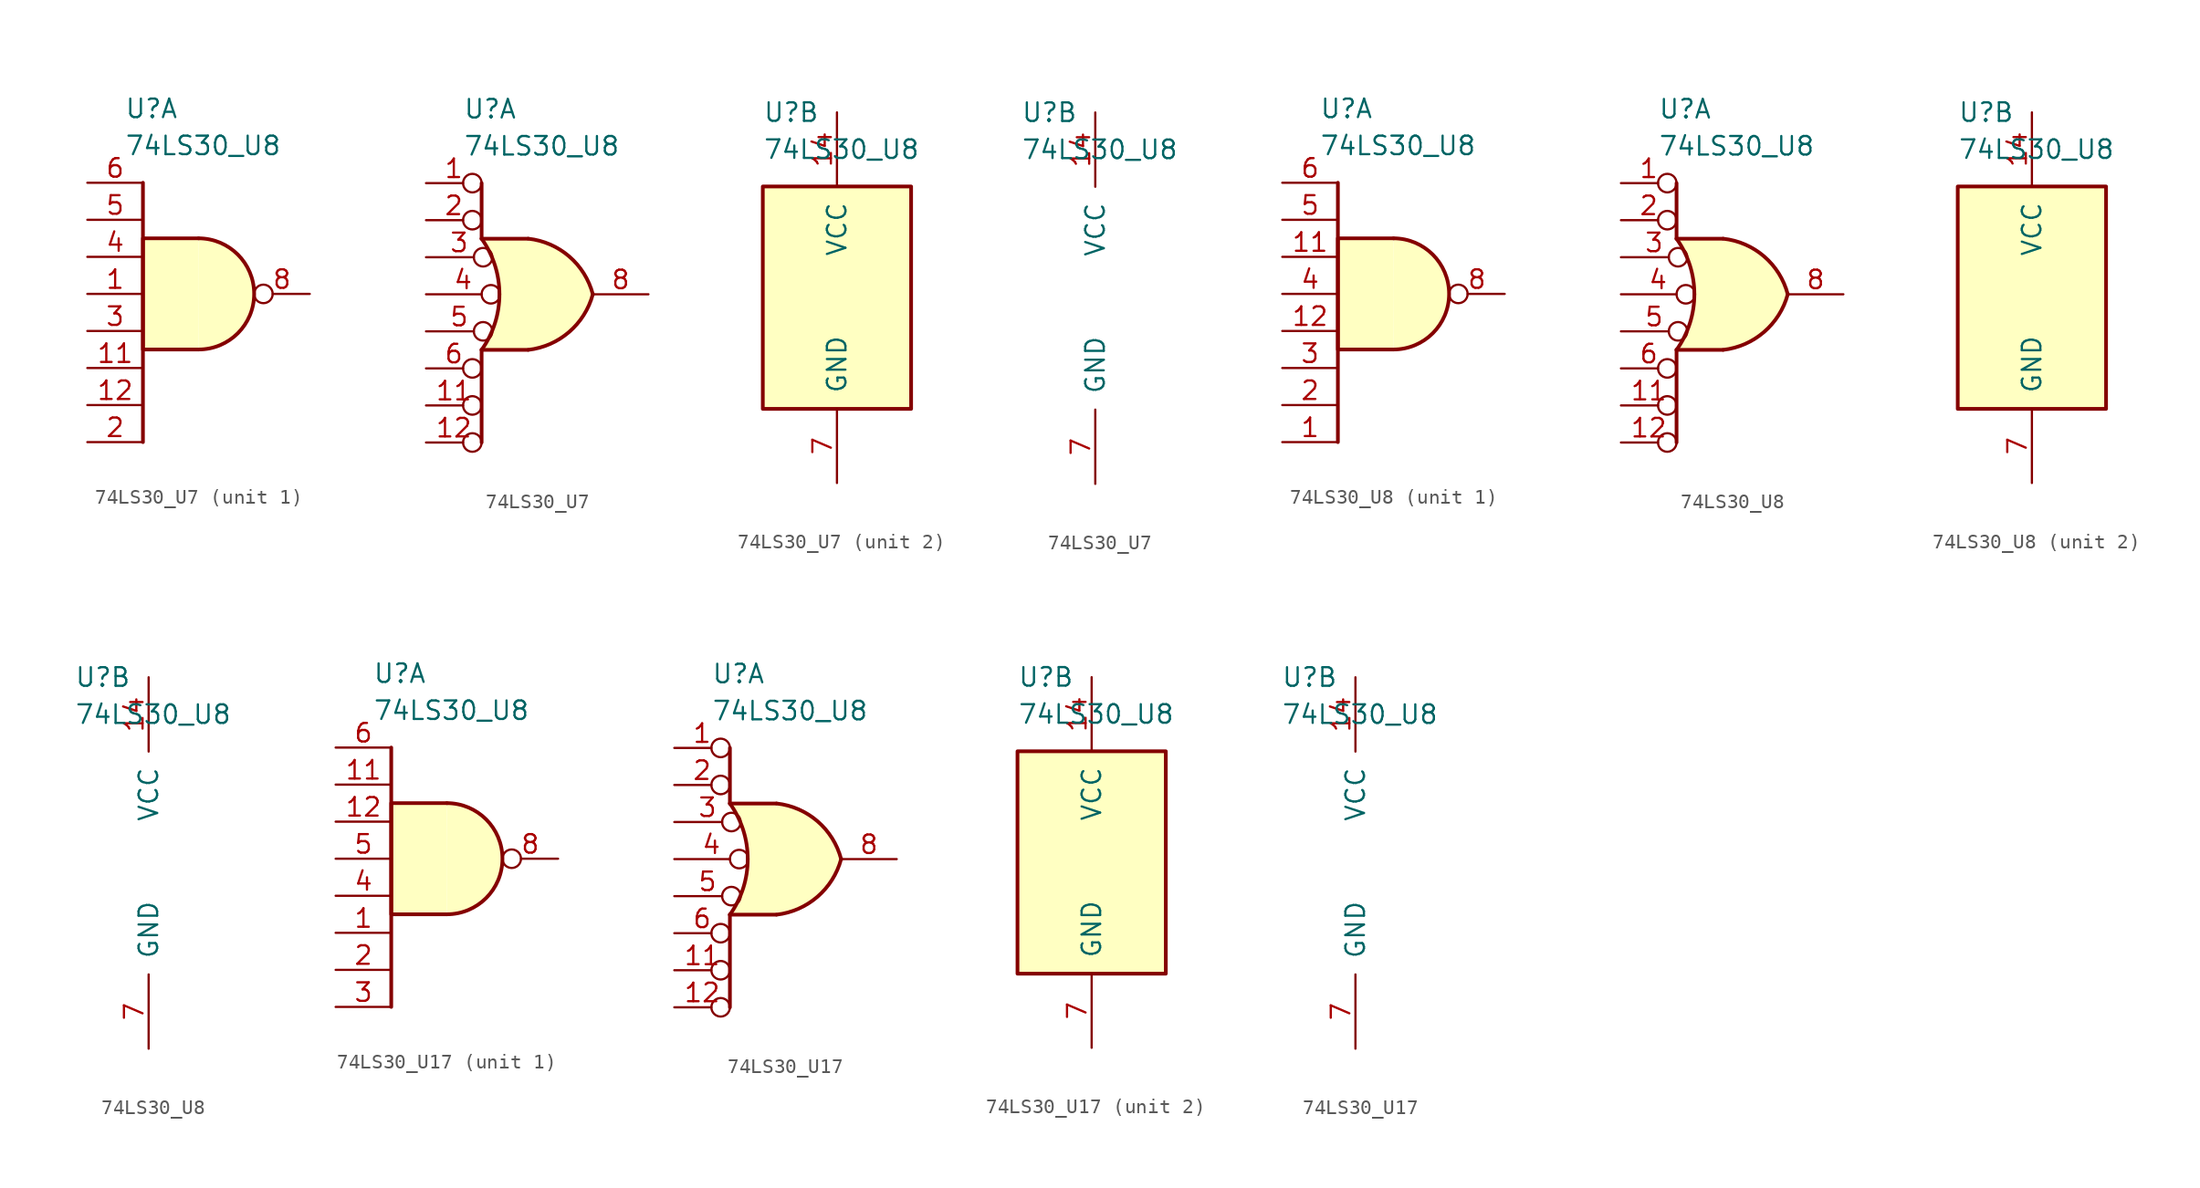
<source format=kicad_sym>
(kicad_symbol_lib
  (version 20220914)
  (generator kicad_symbol_editor)
  (symbol "74LS30_U7"
    (pin_names
      (offset 1.016))
    (property "Reference" "U"
      (at -5.08 12.7 0)
      (effects (font (size 1.27 1.27)) (justify left)))
    (property "Value" "74LS30_U8"
      (at -5.08 10.16 0)
      (effects (font (size 1.27 1.27)) (justify left)))
    (property "ki_locked" ""
      (at 0 0 0)
      (effects (font (size 1.27 1.27))))
    (symbol "74LS30_U7_1_1"
      (arc (start 0 -3.81) (mid 3.7934 0) (end 0 3.81) (stroke (width 0.254) (type default)) (fill (type background)))
      (polyline (pts (xy -3.81 7.62) (xy -3.81 -10.16)) (stroke (width 0.254) (type default)) (fill (type none)))
      (polyline (pts (xy 0 3.81) (xy -3.81 3.81) (xy -3.81 -3.81) (xy 0 -3.81)) (stroke (width 0.254) (type default)) (fill (type background)))
      (pin input line (at -7.62 0 0) (length 3.81) (name "~" (effects (font (size 1.27 1.27)))) (number "1" (effects (font (size 1.27 1.27)))))
      (pin input line (at -7.62 -5.08 0) (length 3.81) (name "~" (effects (font (size 1.27 1.27)))) (number "11" (effects (font (size 1.27 1.27)))))
      (pin input line (at -7.62 -7.62 0) (length 3.81) (name "~" (effects (font (size 1.27 1.27)))) (number "12" (effects (font (size 1.27 1.27)))))
      (pin input line (at -7.62 -10.16 0) (length 3.81) (name "~" (effects (font (size 1.27 1.27)))) (number "2" (effects (font (size 1.27 1.27)))))
      (pin input line (at -7.62 -2.54 0) (length 3.81) (name "~" (effects (font (size 1.27 1.27)))) (number "3" (effects (font (size 1.27 1.27)))))
      (pin input line (at -7.62 2.54 0) (length 3.81) (name "~" (effects (font (size 1.27 1.27)))) (number "4" (effects (font (size 1.27 1.27)))))
      (pin input line (at -7.62 5.08 0) (length 3.81) (name "~" (effects (font (size 1.27 1.27)))) (number "5" (effects (font (size 1.27 1.27)))))
      (pin input line (at -7.62 7.62 0) (length 3.81) (name "~" (effects (font (size 1.27 1.27)))) (number "6" (effects (font (size 1.27 1.27)))))
      (pin output inverted (at 7.62 0 180) (length 3.81) (name "~" (effects (font (size 1.27 1.27)))) (number "8" (effects (font (size 1.27 1.27))))))
    (symbol "74LS30_U7_1_2"
      (arc (start -3.81 -3.81) (mid -2.589 0) (end -3.81 3.81) (stroke (width 0.254) (type default)) (fill (type none)))
      (arc (start -0.6096 -3.81) (mid 2.1842 -2.5851) (end 3.81 0) (stroke (width 0.254) (type default)) (fill (type background)))
      (polyline (pts (xy -3.81 -3.81) (xy -3.81 -10.16)) (stroke (width 0.254) (type default)) (fill (type none)))
      (polyline (pts (xy -3.81 -3.81) (xy -0.635 -3.81)) (stroke (width 0.254) (type default)) (fill (type background)))
      (polyline (pts (xy -3.81 3.81) (xy -0.635 3.81)) (stroke (width 0.254) (type default)) (fill (type background)))
      (polyline (pts (xy -3.81 7.62) (xy -3.81 3.81)) (stroke (width 0.254) (type default)) (fill (type none)))
      (polyline (pts (xy -0.635 3.81) (xy -3.81 3.81) (xy -3.81 3.81) (xy -3.556 3.404) (xy -3.023 2.261) (xy -2.692 1.041) (xy -2.616 -0.254) (xy -2.769 -1.499) (xy -3.175 -2.718) (xy -3.81 -3.81) (xy -3.81 -3.81) (xy -0.635 -3.81)) (stroke (width -25.4) (type default)) (fill (type background)))
      (arc (start 3.81 0) (mid 2.1915 2.5936) (end -0.6096 3.81) (stroke (width 0.254) (type default)) (fill (type background)))
      (pin input inverted (at -7.62 7.62 0) (length 3.81) (name "~" (effects (font (size 1.27 1.27)))) (number "1" (effects (font (size 1.27 1.27)))))
      (pin input inverted (at -7.62 -7.62 0) (length 3.81) (name "~" (effects (font (size 1.27 1.27)))) (number "11" (effects (font (size 1.27 1.27)))))
      (pin input inverted (at -7.62 -10.16 0) (length 3.81) (name "~" (effects (font (size 1.27 1.27)))) (number "12" (effects (font (size 1.27 1.27)))))
      (pin input inverted (at -7.62 5.08 0) (length 3.81) (name "~" (effects (font (size 1.27 1.27)))) (number "2" (effects (font (size 1.27 1.27)))))
      (pin input inverted (at -7.62 2.54 0) (length 4.547) (name "~" (effects (font (size 1.27 1.27)))) (number "3" (effects (font (size 1.27 1.27)))))
      (pin input inverted (at -7.62 0 0) (length 5.08) (name "~" (effects (font (size 1.27 1.27)))) (number "4" (effects (font (size 1.27 1.27)))))
      (pin input inverted (at -7.62 -2.54 0) (length 4.547) (name "~" (effects (font (size 1.27 1.27)))) (number "5" (effects (font (size 1.27 1.27)))))
      (pin input inverted (at -7.62 -5.08 0) (length 3.81) (name "~" (effects (font (size 1.27 1.27)))) (number "6" (effects (font (size 1.27 1.27)))))
      (pin output line (at 7.62 0 180) (length 3.81) (name "~" (effects (font (size 1.27 1.27)))) (number "8" (effects (font (size 1.27 1.27))))))
    (symbol "74LS30_U7_2_0"
      (pin power_in line (at 0 12.7 270) (length 5.08) (name "VCC" (effects (font (size 1.27 1.27)))) (number "14" (effects (font (size 1.27 1.27)))))
      (pin power_in line (at 0 -12.7 90) (length 5.08) (name "GND" (effects (font (size 1.27 1.27)))) (number "7" (effects (font (size 1.27 1.27))))))
    (symbol "74LS30_U7_2_1"
      (rectangle (start -5.08 7.62) (end 5.08 -7.62) (stroke (width 0.254) (type default)) (fill (type background)))))
  (symbol "74LS30_U8"
    (pin_names
      (offset 1.016))
    (property "Reference" "U"
      (at -5.08 12.7 0)
      (effects (font (size 1.27 1.27)) (justify left)))
    (property "Value" "74LS30_U8"
      (at -5.08 10.16 0)
      (effects (font (size 1.27 1.27)) (justify left)))
    (property "ki_locked" ""
      (at 0 0 0)
      (effects (font (size 1.27 1.27))))
    (symbol "74LS30_U8_1_1"
      (arc (start 0 -3.81) (mid 3.7934 0) (end 0 3.81) (stroke (width 0.254) (type default)) (fill (type background)))
      (polyline (pts (xy -3.81 7.62) (xy -3.81 -10.16)) (stroke (width 0.254) (type default)) (fill (type none)))
      (polyline (pts (xy 0 3.81) (xy -3.81 3.81) (xy -3.81 -3.81) (xy 0 -3.81)) (stroke (width 0.254) (type default)) (fill (type background)))
      (pin input line (at -7.62 -10.16 0) (length 3.81) (name "~" (effects (font (size 1.27 1.27)))) (number "1" (effects (font (size 1.27 1.27)))))
      (pin input line (at -7.62 2.54 0) (length 3.81) (name "~" (effects (font (size 1.27 1.27)))) (number "11" (effects (font (size 1.27 1.27)))))
      (pin input line (at -7.62 -2.54 0) (length 3.81) (name "~" (effects (font (size 1.27 1.27)))) (number "12" (effects (font (size 1.27 1.27)))))
      (pin input line (at -7.62 -7.62 0) (length 3.81) (name "~" (effects (font (size 1.27 1.27)))) (number "2" (effects (font (size 1.27 1.27)))))
      (pin input line (at -7.62 -5.08 0) (length 3.81) (name "~" (effects (font (size 1.27 1.27)))) (number "3" (effects (font (size 1.27 1.27)))))
      (pin input line (at -7.62 0 0) (length 3.81) (name "~" (effects (font (size 1.27 1.27)))) (number "4" (effects (font (size 1.27 1.27)))))
      (pin input line (at -7.62 5.08 0) (length 3.81) (name "~" (effects (font (size 1.27 1.27)))) (number "5" (effects (font (size 1.27 1.27)))))
      (pin input line (at -7.62 7.62 0) (length 3.81) (name "~" (effects (font (size 1.27 1.27)))) (number "6" (effects (font (size 1.27 1.27)))))
      (pin output inverted (at 7.62 0 180) (length 3.81) (name "~" (effects (font (size 1.27 1.27)))) (number "8" (effects (font (size 1.27 1.27))))))
    (symbol "74LS30_U8_1_2"
      (arc (start -3.81 -3.81) (mid -2.589 0) (end -3.81 3.81) (stroke (width 0.254) (type default)) (fill (type none)))
      (arc (start -0.6096 -3.81) (mid 2.1842 -2.5851) (end 3.81 0) (stroke (width 0.254) (type default)) (fill (type background)))
      (polyline (pts (xy -3.81 -3.81) (xy -3.81 -10.16)) (stroke (width 0.254) (type default)) (fill (type none)))
      (polyline (pts (xy -3.81 -3.81) (xy -0.635 -3.81)) (stroke (width 0.254) (type default)) (fill (type background)))
      (polyline (pts (xy -3.81 3.81) (xy -0.635 3.81)) (stroke (width 0.254) (type default)) (fill (type background)))
      (polyline (pts (xy -3.81 7.62) (xy -3.81 3.81)) (stroke (width 0.254) (type default)) (fill (type none)))
      (polyline (pts (xy -0.635 3.81) (xy -3.81 3.81) (xy -3.81 3.81) (xy -3.556 3.404) (xy -3.023 2.261) (xy -2.692 1.041) (xy -2.616 -0.254) (xy -2.769 -1.499) (xy -3.175 -2.718) (xy -3.81 -3.81) (xy -3.81 -3.81) (xy -0.635 -3.81)) (stroke (width -25.4) (type default)) (fill (type background)))
      (arc (start 3.81 0) (mid 2.1915 2.5936) (end -0.6096 3.81) (stroke (width 0.254) (type default)) (fill (type background)))
      (pin input inverted (at -7.62 7.62 0) (length 3.81) (name "~" (effects (font (size 1.27 1.27)))) (number "1" (effects (font (size 1.27 1.27)))))
      (pin input inverted (at -7.62 -7.62 0) (length 3.81) (name "~" (effects (font (size 1.27 1.27)))) (number "11" (effects (font (size 1.27 1.27)))))
      (pin input inverted (at -7.62 -10.16 0) (length 3.81) (name "~" (effects (font (size 1.27 1.27)))) (number "12" (effects (font (size 1.27 1.27)))))
      (pin input inverted (at -7.62 5.08 0) (length 3.81) (name "~" (effects (font (size 1.27 1.27)))) (number "2" (effects (font (size 1.27 1.27)))))
      (pin input inverted (at -7.62 2.54 0) (length 4.547) (name "~" (effects (font (size 1.27 1.27)))) (number "3" (effects (font (size 1.27 1.27)))))
      (pin input inverted (at -7.62 0 0) (length 5.08) (name "~" (effects (font (size 1.27 1.27)))) (number "4" (effects (font (size 1.27 1.27)))))
      (pin input inverted (at -7.62 -2.54 0) (length 4.547) (name "~" (effects (font (size 1.27 1.27)))) (number "5" (effects (font (size 1.27 1.27)))))
      (pin input inverted (at -7.62 -5.08 0) (length 3.81) (name "~" (effects (font (size 1.27 1.27)))) (number "6" (effects (font (size 1.27 1.27)))))
      (pin output line (at 7.62 0 180) (length 3.81) (name "~" (effects (font (size 1.27 1.27)))) (number "8" (effects (font (size 1.27 1.27))))))
    (symbol "74LS30_U8_2_0"
      (pin power_in line (at 0 12.7 270) (length 5.08) (name "VCC" (effects (font (size 1.27 1.27)))) (number "14" (effects (font (size 1.27 1.27)))))
      (pin power_in line (at 0 -12.7 90) (length 5.08) (name "GND" (effects (font (size 1.27 1.27)))) (number "7" (effects (font (size 1.27 1.27))))))
    (symbol "74LS30_U8_2_1"
      (rectangle (start -5.08 7.62) (end 5.08 -7.62) (stroke (width 0.254) (type default)) (fill (type background)))))
  (symbol "74LS30_U17"
    (pin_names
      (offset 1.016))
    (property "Reference" "U"
      (at -5.08 12.7 0)
      (effects (font (size 1.27 1.27)) (justify left)))
    (property "Value" "74LS30_U8"
      (at -5.08 10.16 0)
      (effects (font (size 1.27 1.27)) (justify left)))
    (property "ki_locked" ""
      (at 0 0 0)
      (effects (font (size 1.27 1.27))))
    (symbol "74LS30_U17_1_1"
      (arc (start 0 -3.81) (mid 3.7934 0) (end 0 3.81) (stroke (width 0.254) (type default)) (fill (type background)))
      (polyline (pts (xy -3.81 7.62) (xy -3.81 -10.16)) (stroke (width 0.254) (type default)) (fill (type none)))
      (polyline (pts (xy 0 3.81) (xy -3.81 3.81) (xy -3.81 -3.81) (xy 0 -3.81)) (stroke (width 0.254) (type default)) (fill (type background)))
      (pin input line (at -7.62 -5.08 0) (length 3.81) (name "~" (effects (font (size 1.27 1.27)))) (number "1" (effects (font (size 1.27 1.27)))))
      (pin input line (at -7.62 5.08 0) (length 3.81) (name "~" (effects (font (size 1.27 1.27)))) (number "11" (effects (font (size 1.27 1.27)))))
      (pin input line (at -7.62 2.54 0) (length 3.81) (name "~" (effects (font (size 1.27 1.27)))) (number "12" (effects (font (size 1.27 1.27)))))
      (pin input line (at -7.62 -7.62 0) (length 3.81) (name "~" (effects (font (size 1.27 1.27)))) (number "2" (effects (font (size 1.27 1.27)))))
      (pin input line (at -7.62 -10.16 0) (length 3.81) (name "~" (effects (font (size 1.27 1.27)))) (number "3" (effects (font (size 1.27 1.27)))))
      (pin input line (at -7.62 -2.54 0) (length 3.81) (name "~" (effects (font (size 1.27 1.27)))) (number "4" (effects (font (size 1.27 1.27)))))
      (pin input line (at -7.62 0 0) (length 3.81) (name "~" (effects (font (size 1.27 1.27)))) (number "5" (effects (font (size 1.27 1.27)))))
      (pin input line (at -7.62 7.62 0) (length 3.81) (name "~" (effects (font (size 1.27 1.27)))) (number "6" (effects (font (size 1.27 1.27)))))
      (pin output inverted (at 7.62 0 180) (length 3.81) (name "~" (effects (font (size 1.27 1.27)))) (number "8" (effects (font (size 1.27 1.27))))))
    (symbol "74LS30_U17_1_2"
      (arc (start -3.81 -3.81) (mid -2.589 0) (end -3.81 3.81) (stroke (width 0.254) (type default)) (fill (type none)))
      (arc (start -0.6096 -3.81) (mid 2.1842 -2.5851) (end 3.81 0) (stroke (width 0.254) (type default)) (fill (type background)))
      (polyline (pts (xy -3.81 -3.81) (xy -3.81 -10.16)) (stroke (width 0.254) (type default)) (fill (type none)))
      (polyline (pts (xy -3.81 -3.81) (xy -0.635 -3.81)) (stroke (width 0.254) (type default)) (fill (type background)))
      (polyline (pts (xy -3.81 3.81) (xy -0.635 3.81)) (stroke (width 0.254) (type default)) (fill (type background)))
      (polyline (pts (xy -3.81 7.62) (xy -3.81 3.81)) (stroke (width 0.254) (type default)) (fill (type none)))
      (polyline (pts (xy -0.635 3.81) (xy -3.81 3.81) (xy -3.81 3.81) (xy -3.556 3.404) (xy -3.023 2.261) (xy -2.692 1.041) (xy -2.616 -0.254) (xy -2.769 -1.499) (xy -3.175 -2.718) (xy -3.81 -3.81) (xy -3.81 -3.81) (xy -0.635 -3.81)) (stroke (width -25.4) (type default)) (fill (type background)))
      (arc (start 3.81 0) (mid 2.1915 2.5936) (end -0.6096 3.81) (stroke (width 0.254) (type default)) (fill (type background)))
      (pin input inverted (at -7.62 7.62 0) (length 3.81) (name "~" (effects (font (size 1.27 1.27)))) (number "1" (effects (font (size 1.27 1.27)))))
      (pin input inverted (at -7.62 -7.62 0) (length 3.81) (name "~" (effects (font (size 1.27 1.27)))) (number "11" (effects (font (size 1.27 1.27)))))
      (pin input inverted (at -7.62 -10.16 0) (length 3.81) (name "~" (effects (font (size 1.27 1.27)))) (number "12" (effects (font (size 1.27 1.27)))))
      (pin input inverted (at -7.62 5.08 0) (length 3.81) (name "~" (effects (font (size 1.27 1.27)))) (number "2" (effects (font (size 1.27 1.27)))))
      (pin input inverted (at -7.62 2.54 0) (length 4.547) (name "~" (effects (font (size 1.27 1.27)))) (number "3" (effects (font (size 1.27 1.27)))))
      (pin input inverted (at -7.62 0 0) (length 5.08) (name "~" (effects (font (size 1.27 1.27)))) (number "4" (effects (font (size 1.27 1.27)))))
      (pin input inverted (at -7.62 -2.54 0) (length 4.547) (name "~" (effects (font (size 1.27 1.27)))) (number "5" (effects (font (size 1.27 1.27)))))
      (pin input inverted (at -7.62 -5.08 0) (length 3.81) (name "~" (effects (font (size 1.27 1.27)))) (number "6" (effects (font (size 1.27 1.27)))))
      (pin output line (at 7.62 0 180) (length 3.81) (name "~" (effects (font (size 1.27 1.27)))) (number "8" (effects (font (size 1.27 1.27))))))
    (symbol "74LS30_U17_2_0"
      (pin power_in line (at 0 12.7 270) (length 5.08) (name "VCC" (effects (font (size 1.27 1.27)))) (number "14" (effects (font (size 1.27 1.27)))))
      (pin power_in line (at 0 -12.7 90) (length 5.08) (name "GND" (effects (font (size 1.27 1.27)))) (number "7" (effects (font (size 1.27 1.27))))))
    (symbol "74LS30_U17_2_1"
      (rectangle (start -5.08 7.62) (end 5.08 -7.62) (stroke (width 0.254) (type default)) (fill (type background))))))
</source>
